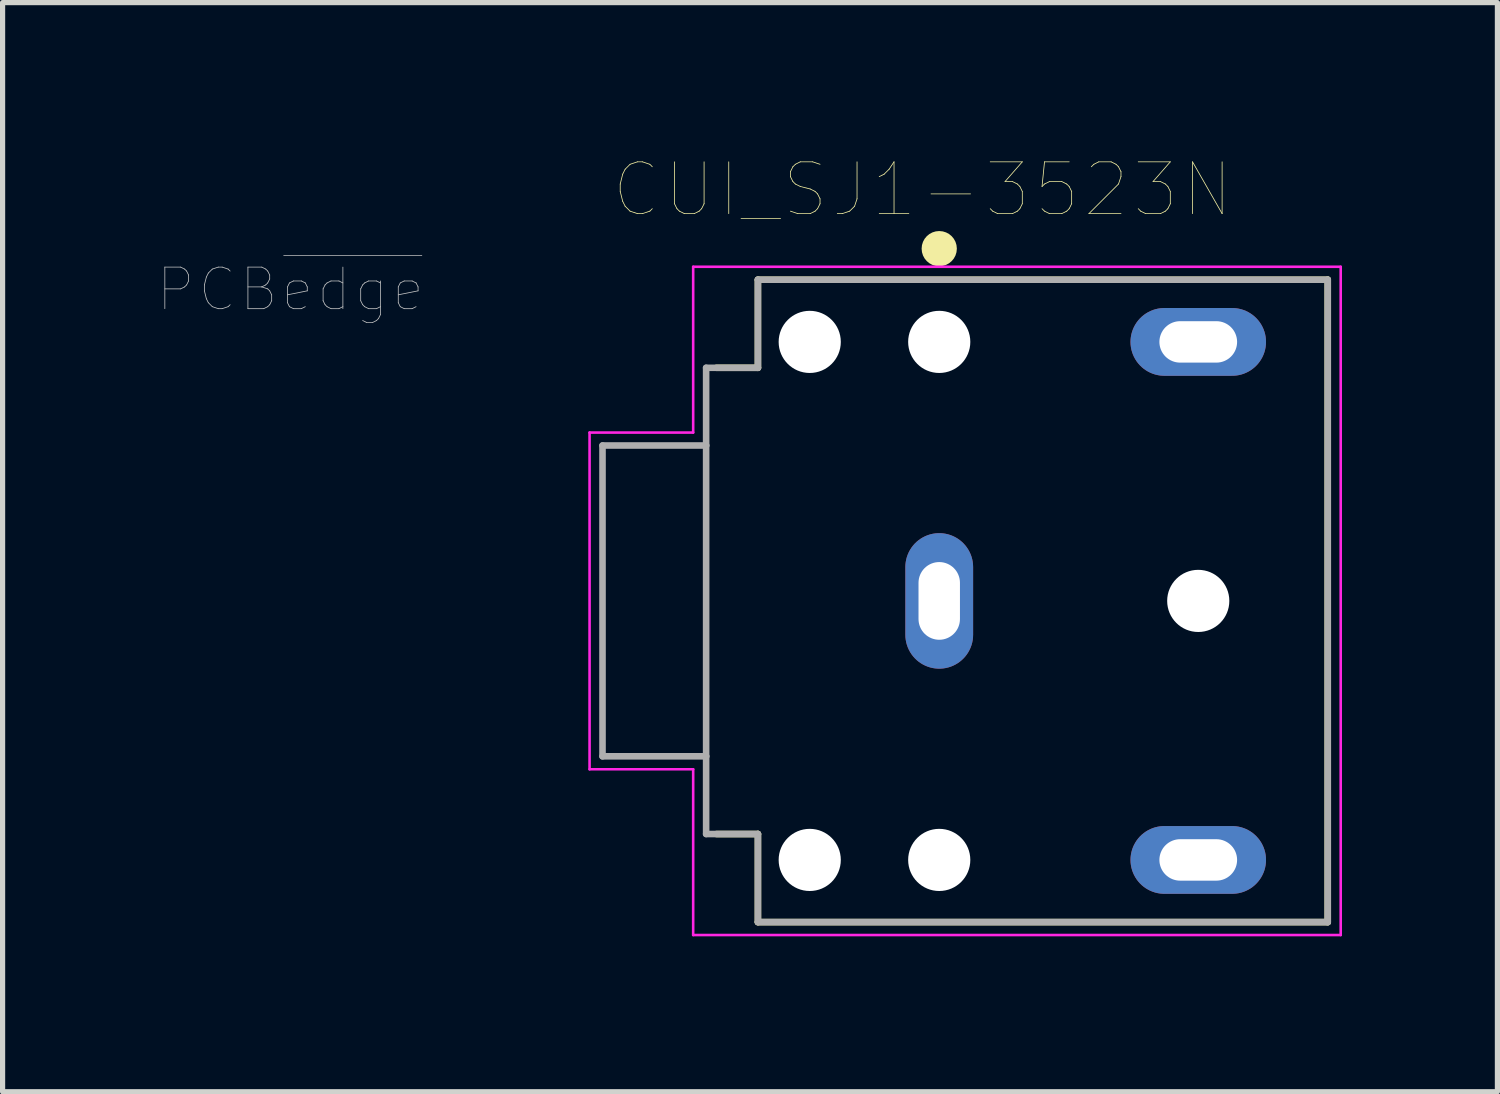
<source format=kicad_pcb>
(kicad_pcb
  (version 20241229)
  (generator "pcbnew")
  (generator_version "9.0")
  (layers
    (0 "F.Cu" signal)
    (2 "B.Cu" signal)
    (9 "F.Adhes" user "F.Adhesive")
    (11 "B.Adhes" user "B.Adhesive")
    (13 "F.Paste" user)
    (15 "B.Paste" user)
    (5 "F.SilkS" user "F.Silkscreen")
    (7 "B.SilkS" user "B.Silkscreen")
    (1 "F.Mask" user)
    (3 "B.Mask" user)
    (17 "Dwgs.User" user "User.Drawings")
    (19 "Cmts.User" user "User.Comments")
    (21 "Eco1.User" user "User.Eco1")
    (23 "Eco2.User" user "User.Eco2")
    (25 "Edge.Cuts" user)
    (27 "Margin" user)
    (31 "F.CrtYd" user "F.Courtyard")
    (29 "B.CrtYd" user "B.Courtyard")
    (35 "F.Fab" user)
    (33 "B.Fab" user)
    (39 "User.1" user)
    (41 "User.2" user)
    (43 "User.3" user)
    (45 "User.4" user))
  (footprint "CUI_SJ1-3523N"
    (layer "F.Cu")
    (at 15.081 8.55)
    (property "Reference" "CUI_SJ1-3523N" (at -0.325 -7.938 0) (layer "F.SilkS") (effects (font (size 1 1) (thickness 0.015))))
    (attr through_hole)
    (fp_line (start -3.5 -6.2) (end -3.5 -4.5) (stroke (width 0.127) (type solid)) (layer "F.SilkS"))
    (fp_line (start -3.5 -4.5) (end -4.3 -4.5) (stroke (width 0.127) (type solid)) (layer "F.SilkS"))
    (fp_line (start -3.5 4.5) (end -4.3 4.5) (stroke (width 0.127) (type solid)) (layer "F.SilkS"))
    (fp_line (start -3.5 4.5) (end -3.5 6.2) (stroke (width 0.127) (type solid)) (layer "F.SilkS"))
    (fp_line (start 7.5 -6.2) (end -3.5 -6.2) (stroke (width 0.127) (type solid)) (layer "F.SilkS"))
    (fp_line (start 7.5 -6.2) (end 7.5 6.2) (stroke (width 0.127) (type solid)) (layer "F.SilkS"))
    (fp_line (start 7.5 6.2) (end -3.5 6.2) (stroke (width 0.127) (type solid)) (layer "F.SilkS"))
    (fp_circle (center 0 -6.8) (end 0.17 -6.8) (stroke (width 0.34) (type solid)) (fill no) (layer "F.SilkS"))
    (fp_line (start -6.75 -3.25) (end -6.75 3.25) (stroke (width 0.05) (type solid)) (layer "F.CrtYd"))
    (fp_line (start -6.75 3.25) (end -4.75 3.25) (stroke (width 0.05) (type solid)) (layer "F.CrtYd"))
    (fp_line (start -4.75 -6.45) (end -4.75 -3.25) (stroke (width 0.05) (type solid)) (layer "F.CrtYd"))
    (fp_line (start -4.75 -6.45) (end 7.75 -6.45) (stroke (width 0.05) (type solid)) (layer "F.CrtYd"))
    (fp_line (start -4.75 -3.25) (end -6.75 -3.25) (stroke (width 0.05) (type solid)) (layer "F.CrtYd"))
    (fp_line (start -4.75 3.25) (end -4.75 6.45) (stroke (width 0.05) (type solid)) (layer "F.CrtYd"))
    (fp_line (start 7.75 -6.45) (end 7.75 6.45) (stroke (width 0.05) (type solid)) (layer "F.CrtYd"))
    (fp_line (start 7.75 6.45) (end -4.75 6.45) (stroke (width 0.05) (type solid)) (layer "F.CrtYd"))
    (fp_line (start -6.5 -3) (end -6.5 3) (stroke (width 0.127) (type solid)) (layer "F.Fab"))
    (fp_line (start -6.5 3) (end -4.5 3) (stroke (width 0.127) (type solid)) (layer "F.Fab"))
    (fp_line (start -4.5 -6) (end -4.5 -2) (stroke (width 0.0001) (type solid)) (layer "F.Fab"))
    (fp_line (start -4.5 -4.5) (end -4.5 -3) (stroke (width 0.127) (type solid)) (layer "F.Fab"))
    (fp_line (start -4.5 -3) (end -6.5 -3) (stroke (width 0.127) (type solid)) (layer "F.Fab"))
    (fp_line (start -4.5 -3) (end -4.5 3) (stroke (width 0.127) (type solid)) (layer "F.Fab"))
    (fp_line (start -4.5 -2) (end -3.3 -2) (stroke (width 0.0001) (type solid)) (layer "F.Fab"))
    (fp_line (start -4.5 2) (end -4.5 6) (stroke (width 0.0001) (type solid)) (layer "F.Fab"))
    (fp_line (start -4.5 3) (end -4.5 4.5) (stroke (width 0.127) (type solid)) (layer "F.Fab"))
    (fp_line (start -4.5 4.5) (end -3.5 4.5) (stroke (width 0.127) (type solid)) (layer "F.Fab"))
    (fp_line (start -3.5 -6.2) (end -3.5 -4.5) (stroke (width 0.127) (type solid)) (layer "F.Fab"))
    (fp_line (start -3.5 -4.5) (end -4.5 -4.5) (stroke (width 0.127) (type solid)) (layer "F.Fab"))
    (fp_line (start -3.5 4.5) (end -3.5 6.2) (stroke (width 0.127) (type solid)) (layer "F.Fab"))
    (fp_line (start -3.3 -2) (end -3.3 2) (stroke (width 0.0001) (type solid)) (layer "F.Fab"))
    (fp_line (start -3.3 2) (end -4.5 2) (stroke (width 0.0001) (type solid)) (layer "F.Fab"))
    (fp_line (start 7.5 -6.2) (end -3.5 -6.2) (stroke (width 0.127) (type solid)) (layer "F.Fab"))
    (fp_line (start 7.5 -6.2) (end 7.5 6.2) (stroke (width 0.127) (type solid)) (layer "F.Fab"))
    (fp_line (start 7.5 6.2) (end -3.5 6.2) (stroke (width 0.127) (type solid)) (layer "F.Fab"))
    (fp_text user "PCB~{edge}" (at -12.524 -6.012 0) (layer "Dwgs.User") (effects (font (size 0.802 0.802) (thickness 0.015))))
    (pad "" np_thru_hole circle (at -2.5 -5) (size 1.2 1.2) (drill 1.2) (layers "*.Cu" "*.Mask"))
    (pad "" np_thru_hole circle (at -2.5 5) (size 1.2 1.2) (drill 1.2) (layers "*.Cu" "*.Mask"))
    (pad "" np_thru_hole circle (at 0 -5) (size 1.2 1.2) (drill 1.2) (layers "*.Cu" "*.Mask"))
    (pad "" np_thru_hole circle (at 0 5) (size 1.2 1.2) (drill 1.2) (layers "*.Cu" "*.Mask"))
    (pad "" np_thru_hole circle (at 5 0) (size 1.2 1.2) (drill 1.2) (layers "*.Cu" "*.Mask"))
    (pad "1" thru_hole oval (at 0 0) (size 1.308 2.616) (drill oval 0.8 1.5) (layers "*.Cu" "*.Mask"))
    (pad "2" thru_hole oval (at 5 5) (size 2.616 1.308) (drill oval 1.5 0.8) (layers "*.Cu" "*.Mask"))
    (pad "3" thru_hole oval (at 5 -5) (size 2.616 1.308) (drill oval 1.5 0.8) (layers "*.Cu" "*.Mask")))
  (gr_rect
    (start -3 -3)
    (end 25.856 18.025)
    (stroke (width 0.1) (type default))
    (fill no)
    (layer "Edge.Cuts")))
</source>
